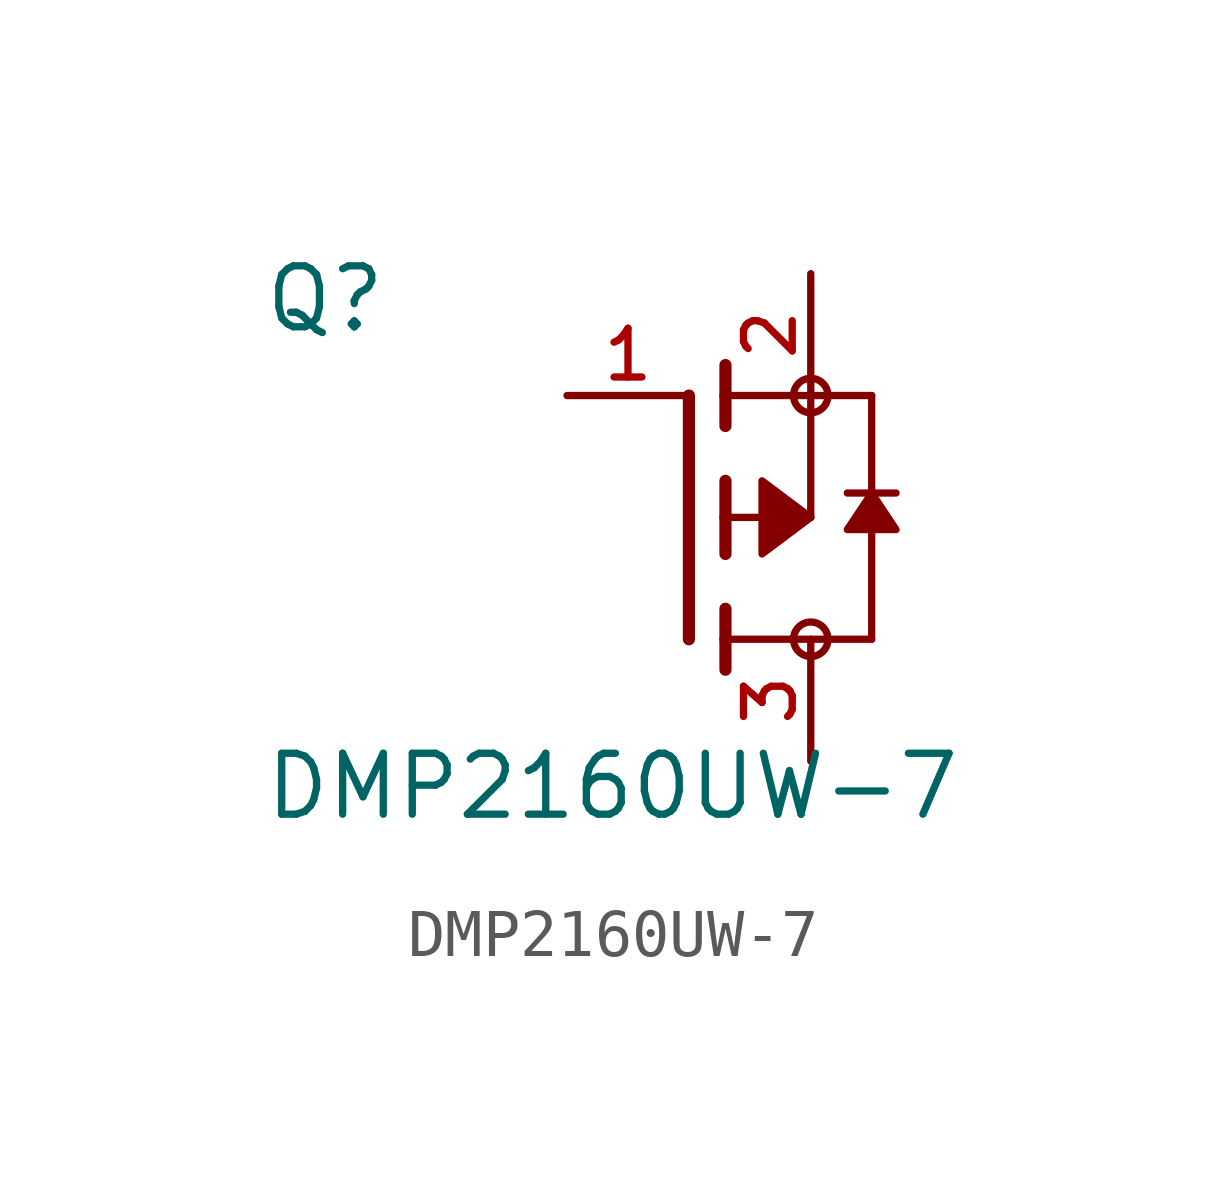
<source format=kicad_sym>
(kicad_symbol_lib
  (version 20211014)
  (generator kicad_symbol_editor)
  (symbol "DMP2160UW-7"
    (pin_names
      (offset 1.016))
    (property "Reference" "Q"
      (at -8.89 3.81 0)
      (effects (font (size 1.27 1.27)) (justify bottom left)))
    (property "Value" "DMP2160UW-7"
      (at -8.89 -6.35 0)
      (effects (font (size 1.27 1.27)) (justify bottom left)))
    (symbol "DMP2160UW-7_0_0"
      (polyline (pts (xy 0.762 -0.762) (xy 0.762 0.0)) (stroke (width 0.254)))
      (polyline (pts (xy 0.762 0.0) (xy 0.762 0.762)) (stroke (width 0.254)))
      (polyline (pts (xy 0.762 -3.175) (xy 0.762 -2.54)) (stroke (width 0.254)))
      (polyline (pts (xy 0.762 -2.54) (xy 0.762 -1.905)) (stroke (width 0.254)))
      (polyline (pts (xy 0.762 0.0) (xy 2.54 0.0)) (stroke (width 0.152)))
      (polyline (pts (xy 2.54 0.0) (xy 2.54 2.54)) (stroke (width 0.152)))
      (polyline (pts (xy 0.762 1.905) (xy 0.762 2.54)) (stroke (width 0.254)))
      (polyline (pts (xy 0.762 2.54) (xy 0.762 3.175)) (stroke (width 0.254)))
      (polyline (pts (xy 0.0 -2.54) (xy 0.0 2.54)) (stroke (width 0.254)))
      (polyline (pts (xy 2.54 2.54) (xy 0.762 2.54)) (stroke (width 0.152)))
      (polyline (pts (xy 3.81 -2.54) (xy 3.81 0.508)) (stroke (width 0.152)))
      (polyline (pts (xy 3.81 0.508) (xy 3.81 2.54)) (stroke (width 0.152)))
      (polyline (pts (xy 2.54 2.54) (xy 3.81 2.54)) (stroke (width 0.152)))
      (polyline (pts (xy 0.762 -2.54) (xy 3.81 -2.54)) (stroke (width 0.152)))
      (polyline (pts (xy 3.302 0.508) (xy 3.81 0.508)) (stroke (width 0.152)))
      (polyline (pts (xy 3.81 0.508) (xy 4.318 0.508)) (stroke (width 0.152)))
      (circle (center 2.54 2.54) (radius 0.359) (stroke (width 0.0)) (fill (type none)))
      (circle (center 2.54 -2.54) (radius 0.359) (stroke (width 0.0)) (fill (type none)))
      (polyline (pts (xy 3.81 0.508) (xy 4.318 -0.254) (xy 3.302 -0.254) (xy 3.81 0.508)) (stroke (width 0.152)) (fill (type outline)))
      (polyline (pts (xy 2.54 0.0) (xy 1.524 0.762) (xy 1.524 -0.762) (xy 2.54 0.0)) (stroke (width 0.152)) (fill (type outline)))
      (pin passive line (at 2.54 5.08 270.0) (length 2.54) (name "~" (effects (font (size 1.016 1.016)))) (number "2" (effects (font (size 1.016 1.016)))))
      (pin passive line (at -2.54 2.54 0) (length 2.54) (name "~" (effects (font (size 1.016 1.016)))) (number "1" (effects (font (size 1.016 1.016)))))
      (pin passive line (at 2.54 -5.08 90.0) (length 2.54) (name "~" (effects (font (size 1.016 1.016)))) (number "3" (effects (font (size 1.016 1.016))))))))
</source>
